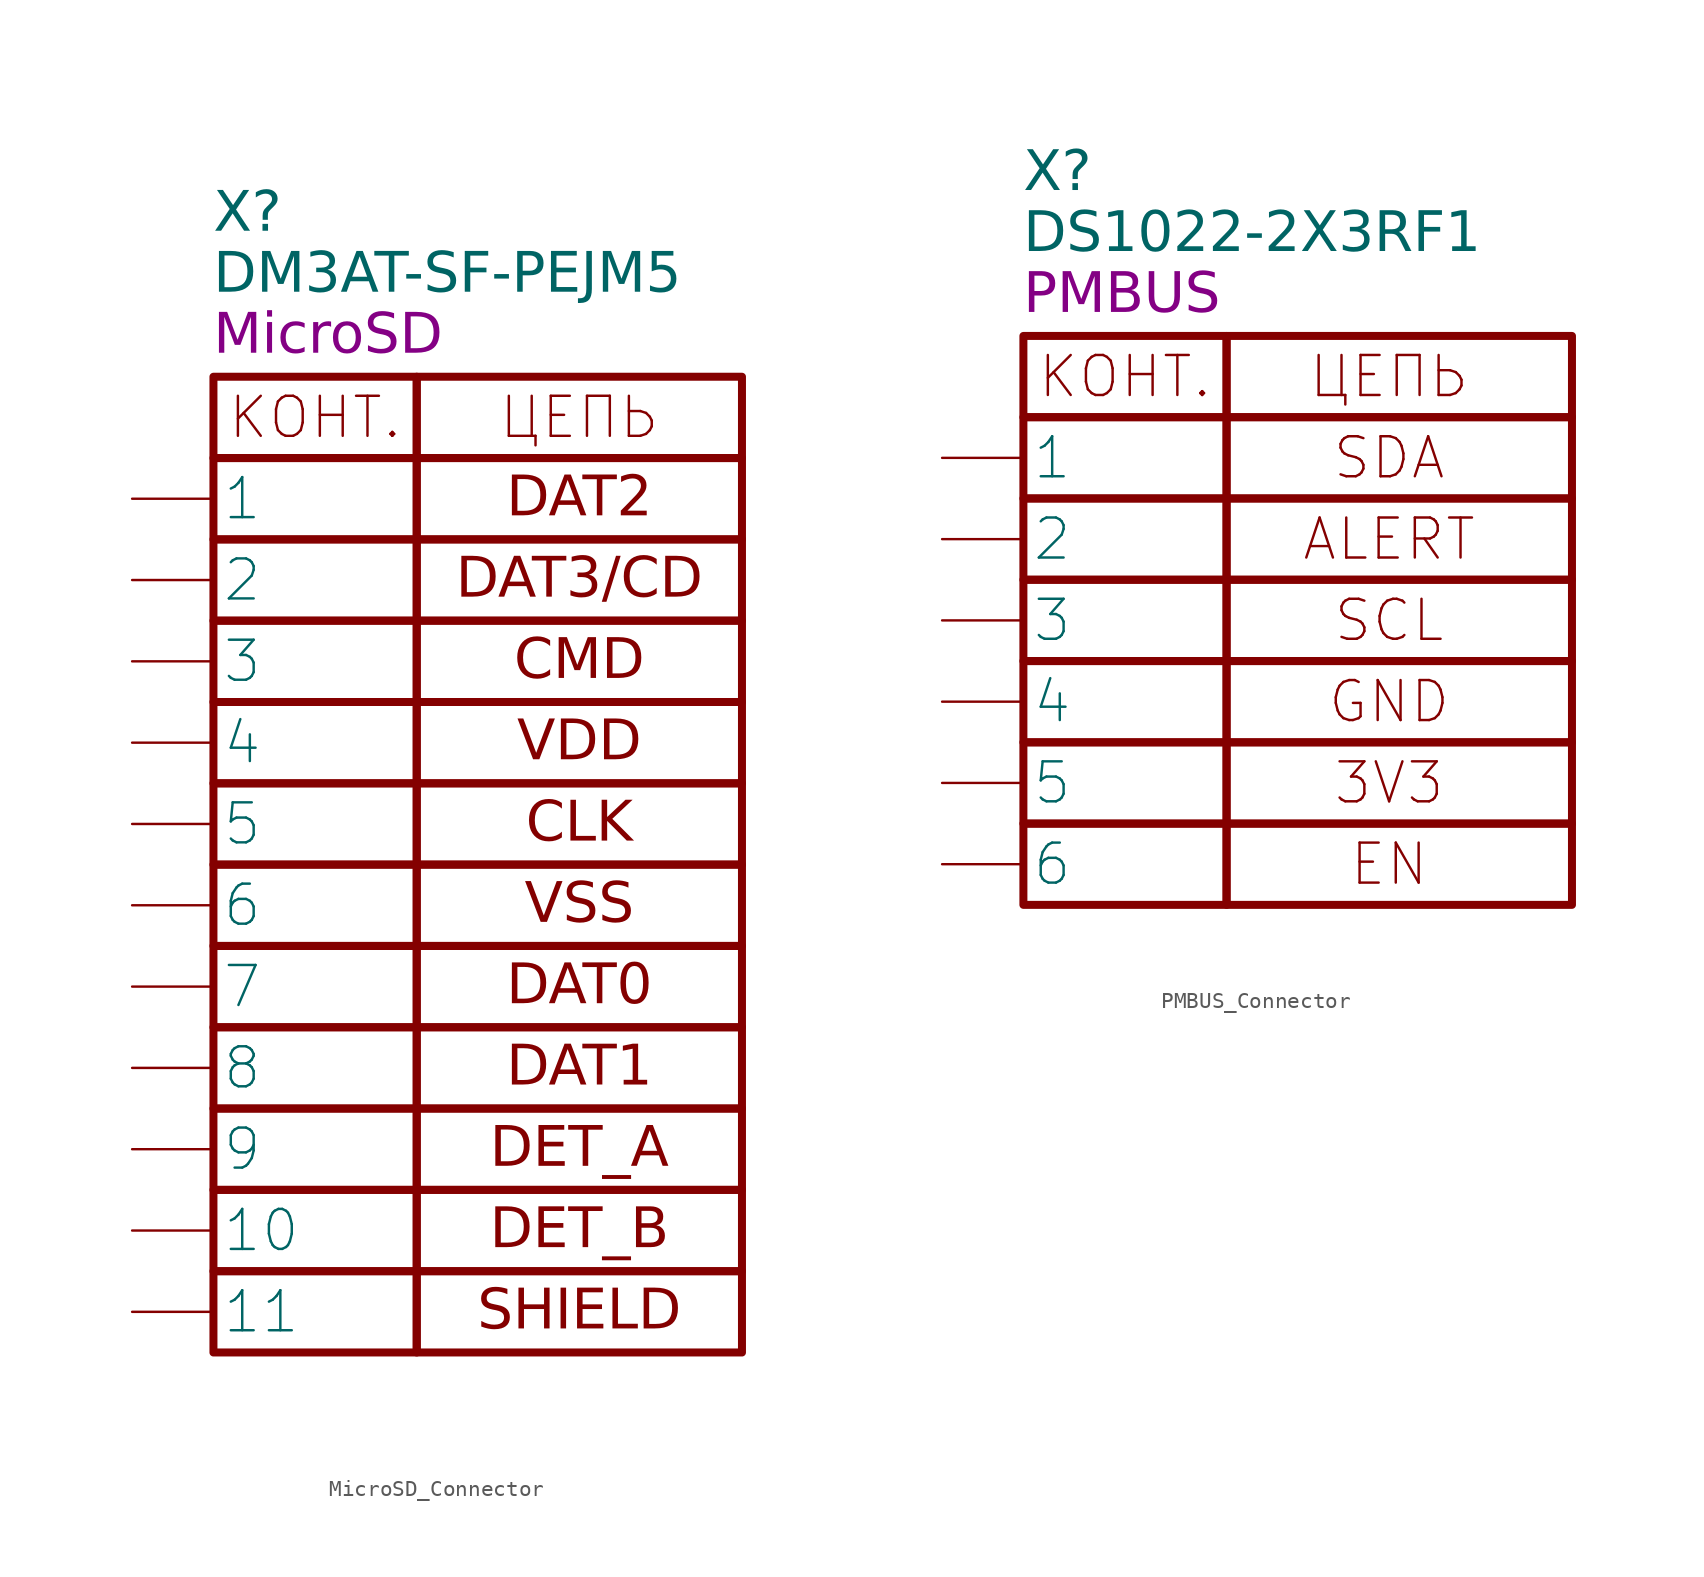
<source format=kicad_sym>
(kicad_symbol_lib
  (version 20241209)
  (generator "kicad_symbol_editor")
  (generator_version "9.0")
  (symbol "MicroSD_Connector"
    (pin_numbers
      (hide yes))
    (property "Reference" "X"
      (at -12.7 10.16 0)
      (effects (font (face "GOST type A") (size 2.5 2.5) (italic yes)) (justify left)))
    (property "Value" "DM3AT-SF-PEJM5"
      (at -12.7 6.35 0)
      (effects (font (face "GOST type A") (size 2.5 2.5) (italic yes)) (justify left)))
    (property "Name" "MicroSD"
      (at -12.7 2.54 0)
      (effects (font (face "GOST type A") (size 2.5 2.5) (italic yes)) (justify left)))
    (symbol "MicroSD_Connector_0_1"
      (rectangle (start -12.7 0) (end 0 -5.08) (stroke (width 0.5) (type default)) (fill (type none)))
      (rectangle (start -12.7 -5.08) (end 0 -10.16) (stroke (width 0.5) (type default)) (fill (type none)))
      (rectangle (start -12.7 -10.16) (end 0 -15.24) (stroke (width 0.5) (type default)) (fill (type none)))
      (rectangle (start -12.7 -15.24) (end 0 -20.32) (stroke (width 0.5) (type default)) (fill (type none)))
      (rectangle (start -12.7 -20.32) (end 0 -25.4) (stroke (width 0.5) (type default)) (fill (type none)))
      (rectangle (start -12.7 -25.4) (end 0 -30.48) (stroke (width 0.5) (type default)) (fill (type none)))
      (rectangle (start -12.7 -30.48) (end 0 -35.56) (stroke (width 0.5) (type default)) (fill (type none)))
      (rectangle (start -12.7 -35.56) (end 0 -40.64) (stroke (width 0.5) (type default)) (fill (type none)))
      (rectangle (start -12.7 -40.64) (end 0 -45.72) (stroke (width 0.5) (type default)) (fill (type none)))
      (rectangle (start -12.7 -45.72) (end 0 -50.8) (stroke (width 0.5) (type default)) (fill (type none)))
      (rectangle (start -12.7 -50.8) (end 0 -55.88) (stroke (width 0.5) (type default)) (fill (type none)))
      (rectangle (start -12.7 -55.88) (end 0 -60.96) (stroke (width 0.5) (type default)) (fill (type none)))
      (rectangle (start 0 0) (end 20.32 -5.08) (stroke (width 0.5) (type default)) (fill (type none)))
      (text "КОНТ." (at -6.35 -2.54 0) (effects (font (size 2.5 2.5))))
      (text "ЦЕПЬ" (at 10.16 -2.54 0) (effects (font (size 2.5 2.5)))))
    (symbol "MicroSD_Connector_1_1"
      (rectangle (start 0 -5.08) (end 20.32 -10.16) (stroke (width 0.5) (type default)) (fill (type none)))
      (rectangle (start 0 -10.16) (end 20.32 -15.24) (stroke (width 0.5) (type default)) (fill (type none)))
      (rectangle (start 0 -15.24) (end 20.32 -20.32) (stroke (width 0.5) (type default)) (fill (type none)))
      (rectangle (start 0 -20.32) (end 20.32 -25.4) (stroke (width 0.5) (type default)) (fill (type none)))
      (rectangle (start 0 -25.4) (end 20.32 -30.48) (stroke (width 0.5) (type default)) (fill (type none)))
      (rectangle (start 0 -30.48) (end 20.32 -35.56) (stroke (width 0.5) (type default)) (fill (type none)))
      (rectangle (start 0 -35.56) (end 20.32 -40.64) (stroke (width 0.5) (type default)) (fill (type none)))
      (rectangle (start 0 -40.64) (end 20.32 -45.72) (stroke (width 0.5) (type default)) (fill (type none)))
      (rectangle (start 0 -45.72) (end 20.32 -50.8) (stroke (width 0.5) (type default)) (fill (type none)))
      (rectangle (start 0 -50.8) (end 20.32 -55.88) (stroke (width 0.5) (type default)) (fill (type none)))
      (rectangle (start 0 -55.88) (end 20.32 -60.96) (stroke (width 0.5) (type default)) (fill (type none)))
      (text "DAT2" (at 10.16 -7.62 0) (effects (font (face "GOST type A") (size 2.5 2.5) (italic yes))))
      (text "DAT3/CD" (at 10.16 -12.7 0) (effects (font (face "GOST type A") (size 2.5 2.5) (italic yes))))
      (text "CMD" (at 10.16 -17.78 0) (effects (font (face "GOST type A") (size 2.5 2.5) (italic yes))))
      (text "VDD" (at 10.16 -22.86 0) (effects (font (face "GOST type A") (size 2.5 2.5) (italic yes))))
      (text "CLK" (at 10.16 -27.94 0) (effects (font (face "GOST type A") (size 2.5 2.5) (italic yes))))
      (text "VSS" (at 10.16 -33.02 0) (effects (font (face "GOST type A") (size 2.5 2.5) (italic yes))))
      (text "DAT0" (at 10.16 -38.1 0) (effects (font (face "GOST type A") (size 2.5 2.5) (italic yes))))
      (text "DAT1" (at 10.16 -43.18 0) (effects (font (face "GOST type A") (size 2.5 2.5) (italic yes))))
      (text "DET_A" (at 10.16 -48.26 0) (effects (font (face "GOST type A") (size 2.5 2.5) (italic yes))))
      (text "DET_B" (at 10.16 -53.34 0) (effects (font (face "GOST type A") (size 2.5 2.5) (italic yes))))
      (text "SHIELD" (at 10.16 -58.42 0) (effects (font (face "GOST type A") (size 2.5 2.5) (italic yes))))
      (pin bidirectional line (at -17.78 -7.62 0) (length 5.08) (name "1" (effects (font (size 2.5 2.5)))) (number "1" (effects (font (size 1.5 1.5)))))
      (pin bidirectional line (at -17.78 -12.7 0) (length 5.08) (name "2" (effects (font (size 2.5 2.5)))) (number "2" (effects (font (size 1.5 1.5)))))
      (pin bidirectional line (at -17.78 -17.78 0) (length 5.08) (name "3" (effects (font (size 2.5 2.5)))) (number "3" (effects (font (size 1.5 1.5)))))
      (pin power_in line (at -17.78 -22.86 0) (length 5.08) (name "4" (effects (font (size 2.5 2.5)))) (number "4" (effects (font (size 1.5 1.5)))))
      (pin input line (at -17.78 -27.94 0) (length 5.08) (name "5" (effects (font (size 2.5 2.5)))) (number "5" (effects (font (size 1.5 1.5)))))
      (pin power_in line (at -17.78 -33.02 0) (length 5.08) (name "6" (effects (font (size 2.5 2.5)))) (number "6" (effects (font (size 1.5 1.5)))))
      (pin bidirectional line (at -17.78 -38.1 0) (length 5.08) (name "7" (effects (font (size 2.5 2.5)))) (number "7" (effects (font (size 1.5 1.5)))))
      (pin bidirectional line (at -17.78 -43.18 0) (length 5.08) (name "8" (effects (font (size 2.5 2.5)))) (number "8" (effects (font (size 1.5 1.5)))))
      (pin passive line (at -17.78 -48.26 0) (length 5.08) (name "9" (effects (font (size 2.5 2.5)))) (number "9" (effects (font (size 1.5 1.5)))))
      (pin passive line (at -17.78 -53.34 0) (length 5.08) (name "10" (effects (font (size 2.5 2.5)))) (number "10" (effects (font (size 1.5 1.5)))))
      (pin passive line (at -17.78 -58.42 0) (length 5.08) (name "11" (effects (font (size 2.5 2.5)))) (number "11" (effects (font (size 1.5 1.5)))))))
  (symbol "PMBUS_Connector"
    (pin_numbers
      (hide yes))
    (property "Reference" "X"
      (at -12.7 10.16 0)
      (effects (font (face "GOST type A") (size 2.5 2.5) (italic yes)) (justify left)))
    (property "Value" "DS1022-2X3RF1"
      (at -12.7 6.35 0)
      (effects (font (face "GOST type A") (size 2.5 2.5) (italic yes)) (justify left)))
    (property "Name" "PMBUS"
      (at -12.7 2.54 0)
      (effects (font (face "GOST type A") (size 2.5 2.5) (italic yes)) (justify left)))
    (symbol "PMBUS_Connector_0_1"
      (rectangle (start -12.7 0) (end 0 -5.08) (stroke (width 0.5) (type default)) (fill (type none)))
      (rectangle (start -12.7 -5.08) (end 0 -10.16) (stroke (width 0.5) (type default)) (fill (type none)))
      (rectangle (start -12.7 -10.16) (end 0 -15.24) (stroke (width 0.5) (type default)) (fill (type none)))
      (rectangle (start -12.7 -15.24) (end 0 -20.32) (stroke (width 0.5) (type default)) (fill (type none)))
      (rectangle (start -12.7 -20.32) (end 0 -25.4) (stroke (width 0.5) (type default)) (fill (type none)))
      (rectangle (start -12.7 -25.4) (end 0 -30.48) (stroke (width 0.5) (type default)) (fill (type none)))
      (rectangle (start -12.7 -30.48) (end 0 -35.56) (stroke (width 0.5) (type default)) (fill (type none)))
      (rectangle (start 0 0) (end 21.59 -5.08) (stroke (width 0.5) (type default)) (fill (type none)))
      (text "КОНТ." (at -6.35 -2.54 0) (effects (font (size 2.5 2.5))))
      (text "ЦЕПЬ" (at 10.16 -2.54 0) (effects (font (size 2.5 2.5)))))
    (symbol "PMBUS_Connector_1_1"
      (rectangle (start 0 -5.08) (end 21.59 -10.16) (stroke (width 0.5) (type default)) (fill (type none)))
      (rectangle (start 0 -15.24) (end 21.59 -10.16) (stroke (width 0.5) (type default)) (fill (type none)))
      (rectangle (start 0 -15.24) (end 21.59 -20.32) (stroke (width 0.5) (type default)) (fill (type none)))
      (rectangle (start 0 -25.4) (end 21.59 -20.32) (stroke (width 0.5) (type default)) (fill (type none)))
      (rectangle (start 0 -30.48) (end 21.59 -25.4) (stroke (width 0.5) (type default)) (fill (type none)))
      (rectangle (start 0 -35.56) (end 21.59 -30.48) (stroke (width 0.5) (type default)) (fill (type none)))
      (text "SDA" (at 10.16 -7.62 0) (effects (font (size 2.5 2.5))))
      (text "ALERT" (at 10.16 -12.7 0) (effects (font (size 2.5 2.5))))
      (text "SCL" (at 10.16 -17.78 0) (effects (font (size 2.5 2.5))))
      (text "GND" (at 10.16 -22.86 0) (effects (font (size 2.5 2.5))))
      (text "3V3" (at 10.16 -27.94 0) (effects (font (size 2.5 2.5))))
      (text "EN" (at 10.16 -33.02 0) (effects (font (size 2.5 2.5))))
      (pin open_collector line (at -17.78 -7.62 0) (length 5.08) (name "1" (effects (font (size 2.5 2.5)))) (number "1" (effects (font (size 2.5 2.5)))))
      (pin open_collector line (at -17.78 -12.7 0) (length 5.08) (name "2" (effects (font (size 2.5 2.5)))) (number "2" (effects (font (size 2.5 2.5)))))
      (pin open_collector line (at -17.78 -17.78 0) (length 5.08) (name "3" (effects (font (size 2.5 2.5)))) (number "3" (effects (font (size 2.5 2.5)))))
      (pin power_in line (at -17.78 -22.86 0) (length 5.08) (name "4" (effects (font (size 2.5 2.5)))) (number "4" (effects (font (size 2.5 2.5)))))
      (pin power_out line (at -17.78 -27.94 0) (length 5.08) (name "5" (effects (font (size 2.5 2.5)))) (number "5" (effects (font (size 2.5 2.5)))))
      (pin output line (at -17.78 -33.02 0) (length 5.08) (name "6" (effects (font (size 2.5 2.5)))) (number "6" (effects (font (size 2.5 2.5))))))))
</source>
